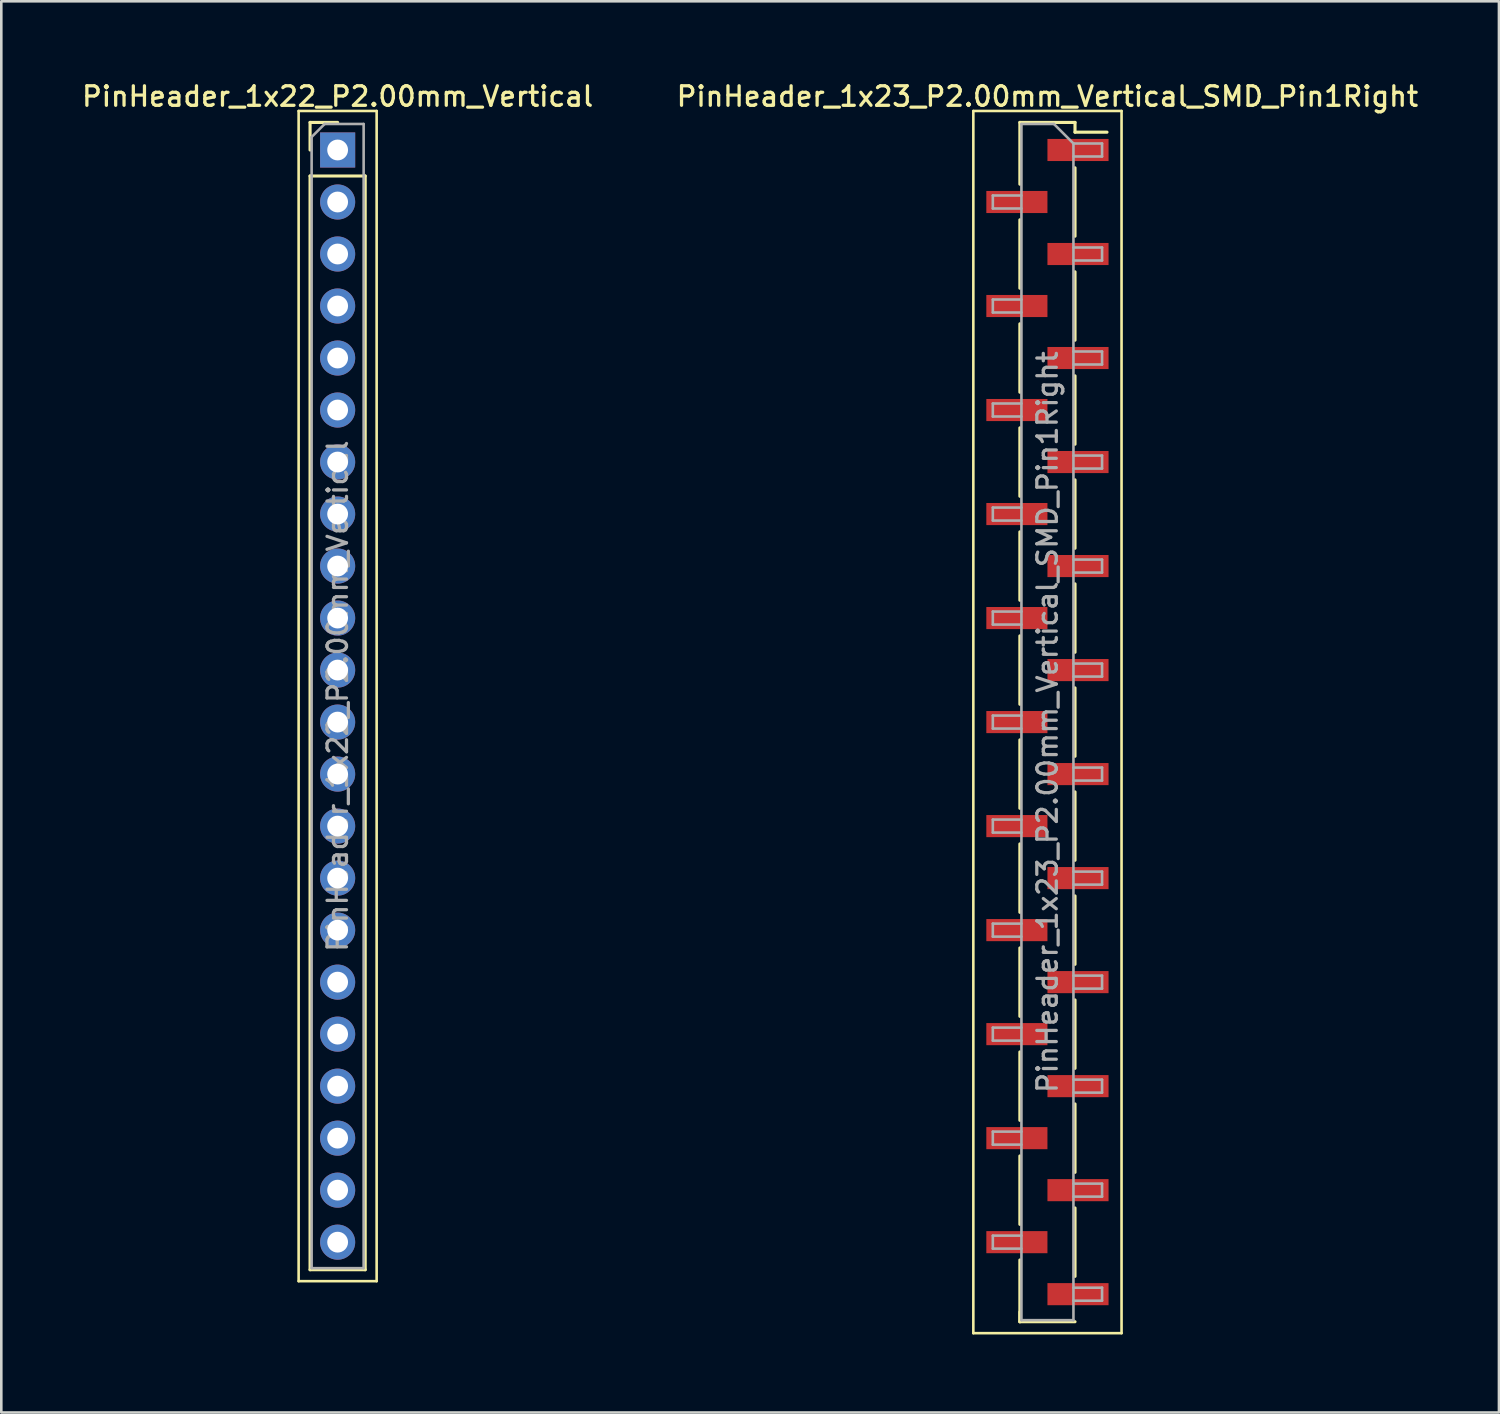
<source format=kicad_pcb>
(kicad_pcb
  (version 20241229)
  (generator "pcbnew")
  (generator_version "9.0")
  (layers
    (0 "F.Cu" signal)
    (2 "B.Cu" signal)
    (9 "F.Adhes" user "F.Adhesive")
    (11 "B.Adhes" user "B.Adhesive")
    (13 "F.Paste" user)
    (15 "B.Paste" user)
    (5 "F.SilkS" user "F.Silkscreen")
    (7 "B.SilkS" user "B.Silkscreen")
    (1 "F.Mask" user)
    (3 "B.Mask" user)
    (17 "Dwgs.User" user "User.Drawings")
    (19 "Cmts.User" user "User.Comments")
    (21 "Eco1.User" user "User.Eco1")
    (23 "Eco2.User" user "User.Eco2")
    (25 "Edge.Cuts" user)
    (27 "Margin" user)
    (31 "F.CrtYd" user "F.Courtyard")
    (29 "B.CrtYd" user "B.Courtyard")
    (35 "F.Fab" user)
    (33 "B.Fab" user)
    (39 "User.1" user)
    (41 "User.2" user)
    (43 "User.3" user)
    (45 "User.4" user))
  (footprint "PinHeader_1x22_P2.00mm_Vertical"
    (layer "F.Cu")
    (at 9.934 2.718)
    (property "Reference" "PinHeader_1x22_P2.00mm_Vertical" (at 0 -2.06 0) (layer "F.SilkS") (effects (font (size 0.75 0.75) (thickness 0.125))))
    (attr through_hole)
    (fp_line (start -1.5 -1.5) (end -1.5 43.5) (stroke (width 0.1) (type solid)) (layer "F.SilkS"))
    (fp_line (start -1.5 43.5) (end 1.5 43.5) (stroke (width 0.1) (type solid)) (layer "F.SilkS"))
    (fp_line (start -1.06 -1.06) (end 0 -1.06) (stroke (width 0.12) (type solid)) (layer "F.SilkS"))
    (fp_line (start -1.06 0) (end -1.06 -1.06) (stroke (width 0.12) (type solid)) (layer "F.SilkS"))
    (fp_line (start -1.06 1) (end -1.06 43.06) (stroke (width 0.12) (type solid)) (layer "F.SilkS"))
    (fp_line (start -1.06 1) (end 1.06 1) (stroke (width 0.12) (type solid)) (layer "F.SilkS"))
    (fp_line (start -1.06 43.06) (end 1.06 43.06) (stroke (width 0.12) (type solid)) (layer "F.SilkS"))
    (fp_line (start 1.06 1) (end 1.06 43.06) (stroke (width 0.12) (type solid)) (layer "F.SilkS"))
    (fp_line (start 1.5 -1.5) (end -1.5 -1.5) (stroke (width 0.1) (type solid)) (layer "F.SilkS"))
    (fp_line (start 1.5 43.5) (end 1.5 -1.5) (stroke (width 0.1) (type solid)) (layer "F.SilkS"))
    (fp_line (start -1 -0.5) (end -0.5 -1) (stroke (width 0.1) (type solid)) (layer "F.Fab"))
    (fp_line (start -1 43) (end -1 -0.5) (stroke (width 0.1) (type solid)) (layer "F.Fab"))
    (fp_line (start -0.5 -1) (end 1 -1) (stroke (width 0.1) (type solid)) (layer "F.Fab"))
    (fp_line (start 1 -1) (end 1 43) (stroke (width 0.1) (type solid)) (layer "F.Fab"))
    (fp_line (start 1 43) (end -1 43) (stroke (width 0.1) (type solid)) (layer "F.Fab"))
    (fp_text user "${REFERENCE}" (at 0 21 90) (layer "F.Fab") (effects (font (size 0.75 0.75) (thickness 0.125))))
    (pad "1" thru_hole rect (at 0 0) (size 1.35 1.35) (drill 0.8) (layers "*.Cu" "*.Mask"))
    (pad "2" thru_hole oval (at 0 2) (size 1.35 1.35) (drill 0.8) (layers "*.Cu" "*.Mask"))
    (pad "3" thru_hole oval (at 0 4) (size 1.35 1.35) (drill 0.8) (layers "*.Cu" "*.Mask"))
    (pad "4" thru_hole oval (at 0 6) (size 1.35 1.35) (drill 0.8) (layers "*.Cu" "*.Mask"))
    (pad "5" thru_hole oval (at 0 8) (size 1.35 1.35) (drill 0.8) (layers "*.Cu" "*.Mask"))
    (pad "6" thru_hole oval (at 0 10) (size 1.35 1.35) (drill 0.8) (layers "*.Cu" "*.Mask"))
    (pad "7" thru_hole oval (at 0 12) (size 1.35 1.35) (drill 0.8) (layers "*.Cu" "*.Mask"))
    (pad "8" thru_hole oval (at 0 14) (size 1.35 1.35) (drill 0.8) (layers "*.Cu" "*.Mask"))
    (pad "9" thru_hole oval (at 0 16) (size 1.35 1.35) (drill 0.8) (layers "*.Cu" "*.Mask"))
    (pad "10" thru_hole oval (at 0 18) (size 1.35 1.35) (drill 0.8) (layers "*.Cu" "*.Mask"))
    (pad "11" thru_hole oval (at 0 20) (size 1.35 1.35) (drill 0.8) (layers "*.Cu" "*.Mask"))
    (pad "12" thru_hole oval (at 0 22) (size 1.35 1.35) (drill 0.8) (layers "*.Cu" "*.Mask"))
    (pad "13" thru_hole oval (at 0 24) (size 1.35 1.35) (drill 0.8) (layers "*.Cu" "*.Mask"))
    (pad "14" thru_hole oval (at 0 26) (size 1.35 1.35) (drill 0.8) (layers "*.Cu" "*.Mask"))
    (pad "15" thru_hole oval (at 0 28) (size 1.35 1.35) (drill 0.8) (layers "*.Cu" "*.Mask"))
    (pad "16" thru_hole oval (at 0 30) (size 1.35 1.35) (drill 0.8) (layers "*.Cu" "*.Mask"))
    (pad "17" thru_hole oval (at 0 32) (size 1.35 1.35) (drill 0.8) (layers "*.Cu" "*.Mask"))
    (pad "18" thru_hole oval (at 0 34) (size 1.35 1.35) (drill 0.8) (layers "*.Cu" "*.Mask"))
    (pad "19" thru_hole oval (at 0 36) (size 1.35 1.35) (drill 0.8) (layers "*.Cu" "*.Mask"))
    (pad "20" thru_hole oval (at 0 38) (size 1.35 1.35) (drill 0.8) (layers "*.Cu" "*.Mask"))
    (pad "21" thru_hole oval (at 0 40) (size 1.35 1.35) (drill 0.8) (layers "*.Cu" "*.Mask"))
    (pad "22" thru_hole oval (at 0 42) (size 1.35 1.35) (drill 0.8) (layers "*.Cu" "*.Mask")))
  (footprint "PinHeader_1x23_P2.00mm_Vertical_SMD_Pin1Right"
    (layer "F.Cu")
    (at 37.23 24.718)
    (property "Reference" "PinHeader_1x23_P2.00mm_Vertical_SMD_Pin1Right" (at 0 -24.06 0) (layer "F.SilkS") (effects (font (size 0.75 0.75) (thickness 0.125))))
    (attr smd)
    (fp_line (start -2.85 -23.5) (end -2.85 23.5) (stroke (width 0.1) (type solid)) (layer "F.SilkS"))
    (fp_line (start -2.85 23.5) (end 2.85 23.5) (stroke (width 0.1) (type solid)) (layer "F.SilkS"))
    (fp_line (start -1.06 -23.06) (end -1.06 -20.685) (stroke (width 0.12) (type solid)) (layer "F.SilkS"))
    (fp_line (start -1.06 -23.06) (end 1.06 -23.06) (stroke (width 0.12) (type solid)) (layer "F.SilkS"))
    (fp_line (start -1.06 -19.315) (end -1.06 -16.685) (stroke (width 0.12) (type solid)) (layer "F.SilkS"))
    (fp_line (start -1.06 -15.315) (end -1.06 -12.685) (stroke (width 0.12) (type solid)) (layer "F.SilkS"))
    (fp_line (start -1.06 -11.315) (end -1.06 -8.685) (stroke (width 0.12) (type solid)) (layer "F.SilkS"))
    (fp_line (start -1.06 -7.315) (end -1.06 -4.685) (stroke (width 0.12) (type solid)) (layer "F.SilkS"))
    (fp_line (start -1.06 -3.315) (end -1.06 -0.685) (stroke (width 0.12) (type solid)) (layer "F.SilkS"))
    (fp_line (start -1.06 0.685) (end -1.06 3.315) (stroke (width 0.12) (type solid)) (layer "F.SilkS"))
    (fp_line (start -1.06 4.685) (end -1.06 7.315) (stroke (width 0.12) (type solid)) (layer "F.SilkS"))
    (fp_line (start -1.06 8.685) (end -1.06 11.315) (stroke (width 0.12) (type solid)) (layer "F.SilkS"))
    (fp_line (start -1.06 12.685) (end -1.06 15.315) (stroke (width 0.12) (type solid)) (layer "F.SilkS"))
    (fp_line (start -1.06 16.685) (end -1.06 19.315) (stroke (width 0.12) (type solid)) (layer "F.SilkS"))
    (fp_line (start -1.06 20.685) (end -1.06 23.06) (stroke (width 0.12) (type solid)) (layer "F.SilkS"))
    (fp_line (start -1.06 22.685) (end -1.06 23.06) (stroke (width 0.12) (type solid)) (layer "F.SilkS"))
    (fp_line (start -1.06 23.06) (end 1.06 23.06) (stroke (width 0.12) (type solid)) (layer "F.SilkS"))
    (fp_line (start 1.06 -23.06) (end 1.06 -22.685) (stroke (width 0.12) (type solid)) (layer "F.SilkS"))
    (fp_line (start 1.06 -22.685) (end 2.29 -22.685) (stroke (width 0.12) (type solid)) (layer "F.SilkS"))
    (fp_line (start 1.06 -21.315) (end 1.06 -18.685) (stroke (width 0.12) (type solid)) (layer "F.SilkS"))
    (fp_line (start 1.06 -17.315) (end 1.06 -14.685) (stroke (width 0.12) (type solid)) (layer "F.SilkS"))
    (fp_line (start 1.06 -13.315) (end 1.06 -10.685) (stroke (width 0.12) (type solid)) (layer "F.SilkS"))
    (fp_line (start 1.06 -9.315) (end 1.06 -6.685) (stroke (width 0.12) (type solid)) (layer "F.SilkS"))
    (fp_line (start 1.06 -5.315) (end 1.06 -2.685) (stroke (width 0.12) (type solid)) (layer "F.SilkS"))
    (fp_line (start 1.06 -1.315) (end 1.06 1.315) (stroke (width 0.12) (type solid)) (layer "F.SilkS"))
    (fp_line (start 1.06 2.685) (end 1.06 5.315) (stroke (width 0.12) (type solid)) (layer "F.SilkS"))
    (fp_line (start 1.06 6.685) (end 1.06 9.315) (stroke (width 0.12) (type solid)) (layer "F.SilkS"))
    (fp_line (start 1.06 10.685) (end 1.06 13.315) (stroke (width 0.12) (type solid)) (layer "F.SilkS"))
    (fp_line (start 1.06 14.685) (end 1.06 17.315) (stroke (width 0.12) (type solid)) (layer "F.SilkS"))
    (fp_line (start 1.06 18.685) (end 1.06 21.315) (stroke (width 0.12) (type solid)) (layer "F.SilkS"))
    (fp_line (start 2.85 -23.5) (end -2.85 -23.5) (stroke (width 0.1) (type solid)) (layer "F.SilkS"))
    (fp_line (start 2.85 23.5) (end 2.85 -23.5) (stroke (width 0.1) (type solid)) (layer "F.SilkS"))
    (fp_line (start -2.1 -20.25) (end -2.1 -19.75) (stroke (width 0.1) (type solid)) (layer "F.Fab"))
    (fp_line (start -2.1 -19.75) (end -1 -19.75) (stroke (width 0.1) (type solid)) (layer "F.Fab"))
    (fp_line (start -2.1 -16.25) (end -2.1 -15.75) (stroke (width 0.1) (type solid)) (layer "F.Fab"))
    (fp_line (start -2.1 -15.75) (end -1 -15.75) (stroke (width 0.1) (type solid)) (layer "F.Fab"))
    (fp_line (start -2.1 -12.25) (end -2.1 -11.75) (stroke (width 0.1) (type solid)) (layer "F.Fab"))
    (fp_line (start -2.1 -11.75) (end -1 -11.75) (stroke (width 0.1) (type solid)) (layer "F.Fab"))
    (fp_line (start -2.1 -8.25) (end -2.1 -7.75) (stroke (width 0.1) (type solid)) (layer "F.Fab"))
    (fp_line (start -2.1 -7.75) (end -1 -7.75) (stroke (width 0.1) (type solid)) (layer "F.Fab"))
    (fp_line (start -2.1 -4.25) (end -2.1 -3.75) (stroke (width 0.1) (type solid)) (layer "F.Fab"))
    (fp_line (start -2.1 -3.75) (end -1 -3.75) (stroke (width 0.1) (type solid)) (layer "F.Fab"))
    (fp_line (start -2.1 -0.25) (end -2.1 0.25) (stroke (width 0.1) (type solid)) (layer "F.Fab"))
    (fp_line (start -2.1 0.25) (end -1 0.25) (stroke (width 0.1) (type solid)) (layer "F.Fab"))
    (fp_line (start -2.1 3.75) (end -2.1 4.25) (stroke (width 0.1) (type solid)) (layer "F.Fab"))
    (fp_line (start -2.1 4.25) (end -1 4.25) (stroke (width 0.1) (type solid)) (layer "F.Fab"))
    (fp_line (start -2.1 7.75) (end -2.1 8.25) (stroke (width 0.1) (type solid)) (layer "F.Fab"))
    (fp_line (start -2.1 8.25) (end -1 8.25) (stroke (width 0.1) (type solid)) (layer "F.Fab"))
    (fp_line (start -2.1 11.75) (end -2.1 12.25) (stroke (width 0.1) (type solid)) (layer "F.Fab"))
    (fp_line (start -2.1 12.25) (end -1 12.25) (stroke (width 0.1) (type solid)) (layer "F.Fab"))
    (fp_line (start -2.1 15.75) (end -2.1 16.25) (stroke (width 0.1) (type solid)) (layer "F.Fab"))
    (fp_line (start -2.1 16.25) (end -1 16.25) (stroke (width 0.1) (type solid)) (layer "F.Fab"))
    (fp_line (start -2.1 19.75) (end -2.1 20.25) (stroke (width 0.1) (type solid)) (layer "F.Fab"))
    (fp_line (start -2.1 20.25) (end -1 20.25) (stroke (width 0.1) (type solid)) (layer "F.Fab"))
    (fp_line (start -1 -23) (end -1 23) (stroke (width 0.1) (type solid)) (layer "F.Fab"))
    (fp_line (start -1 -23) (end 0.25 -23) (stroke (width 0.1) (type solid)) (layer "F.Fab"))
    (fp_line (start -1 -20.25) (end -2.1 -20.25) (stroke (width 0.1) (type solid)) (layer "F.Fab"))
    (fp_line (start -1 -16.25) (end -2.1 -16.25) (stroke (width 0.1) (type solid)) (layer "F.Fab"))
    (fp_line (start -1 -12.25) (end -2.1 -12.25) (stroke (width 0.1) (type solid)) (layer "F.Fab"))
    (fp_line (start -1 -8.25) (end -2.1 -8.25) (stroke (width 0.1) (type solid)) (layer "F.Fab"))
    (fp_line (start -1 -4.25) (end -2.1 -4.25) (stroke (width 0.1) (type solid)) (layer "F.Fab"))
    (fp_line (start -1 -0.25) (end -2.1 -0.25) (stroke (width 0.1) (type solid)) (layer "F.Fab"))
    (fp_line (start -1 3.75) (end -2.1 3.75) (stroke (width 0.1) (type solid)) (layer "F.Fab"))
    (fp_line (start -1 7.75) (end -2.1 7.75) (stroke (width 0.1) (type solid)) (layer "F.Fab"))
    (fp_line (start -1 11.75) (end -2.1 11.75) (stroke (width 0.1) (type solid)) (layer "F.Fab"))
    (fp_line (start -1 15.75) (end -2.1 15.75) (stroke (width 0.1) (type solid)) (layer "F.Fab"))
    (fp_line (start -1 19.75) (end -2.1 19.75) (stroke (width 0.1) (type solid)) (layer "F.Fab"))
    (fp_line (start 1 -22.25) (end 0.25 -23) (stroke (width 0.1) (type solid)) (layer "F.Fab"))
    (fp_line (start 1 -22.25) (end 2.1 -22.25) (stroke (width 0.1) (type solid)) (layer "F.Fab"))
    (fp_line (start 1 -18.25) (end 2.1 -18.25) (stroke (width 0.1) (type solid)) (layer "F.Fab"))
    (fp_line (start 1 -14.25) (end 2.1 -14.25) (stroke (width 0.1) (type solid)) (layer "F.Fab"))
    (fp_line (start 1 -10.25) (end 2.1 -10.25) (stroke (width 0.1) (type solid)) (layer "F.Fab"))
    (fp_line (start 1 -6.25) (end 2.1 -6.25) (stroke (width 0.1) (type solid)) (layer "F.Fab"))
    (fp_line (start 1 -2.25) (end 2.1 -2.25) (stroke (width 0.1) (type solid)) (layer "F.Fab"))
    (fp_line (start 1 1.75) (end 2.1 1.75) (stroke (width 0.1) (type solid)) (layer "F.Fab"))
    (fp_line (start 1 5.75) (end 2.1 5.75) (stroke (width 0.1) (type solid)) (layer "F.Fab"))
    (fp_line (start 1 9.75) (end 2.1 9.75) (stroke (width 0.1) (type solid)) (layer "F.Fab"))
    (fp_line (start 1 13.75) (end 2.1 13.75) (stroke (width 0.1) (type solid)) (layer "F.Fab"))
    (fp_line (start 1 17.75) (end 2.1 17.75) (stroke (width 0.1) (type solid)) (layer "F.Fab"))
    (fp_line (start 1 21.75) (end 2.1 21.75) (stroke (width 0.1) (type solid)) (layer "F.Fab"))
    (fp_line (start 1 23) (end -1 23) (stroke (width 0.1) (type solid)) (layer "F.Fab"))
    (fp_line (start 1 23) (end 1 -22.25) (stroke (width 0.1) (type solid)) (layer "F.Fab"))
    (fp_line (start 2.1 -22.25) (end 2.1 -21.75) (stroke (width 0.1) (type solid)) (layer "F.Fab"))
    (fp_line (start 2.1 -21.75) (end 1 -21.75) (stroke (width 0.1) (type solid)) (layer "F.Fab"))
    (fp_line (start 2.1 -18.25) (end 2.1 -17.75) (stroke (width 0.1) (type solid)) (layer "F.Fab"))
    (fp_line (start 2.1 -17.75) (end 1 -17.75) (stroke (width 0.1) (type solid)) (layer "F.Fab"))
    (fp_line (start 2.1 -14.25) (end 2.1 -13.75) (stroke (width 0.1) (type solid)) (layer "F.Fab"))
    (fp_line (start 2.1 -13.75) (end 1 -13.75) (stroke (width 0.1) (type solid)) (layer "F.Fab"))
    (fp_line (start 2.1 -10.25) (end 2.1 -9.75) (stroke (width 0.1) (type solid)) (layer "F.Fab"))
    (fp_line (start 2.1 -9.75) (end 1 -9.75) (stroke (width 0.1) (type solid)) (layer "F.Fab"))
    (fp_line (start 2.1 -6.25) (end 2.1 -5.75) (stroke (width 0.1) (type solid)) (layer "F.Fab"))
    (fp_line (start 2.1 -5.75) (end 1 -5.75) (stroke (width 0.1) (type solid)) (layer "F.Fab"))
    (fp_line (start 2.1 -2.25) (end 2.1 -1.75) (stroke (width 0.1) (type solid)) (layer "F.Fab"))
    (fp_line (start 2.1 -1.75) (end 1 -1.75) (stroke (width 0.1) (type solid)) (layer "F.Fab"))
    (fp_line (start 2.1 1.75) (end 2.1 2.25) (stroke (width 0.1) (type solid)) (layer "F.Fab"))
    (fp_line (start 2.1 2.25) (end 1 2.25) (stroke (width 0.1) (type solid)) (layer "F.Fab"))
    (fp_line (start 2.1 5.75) (end 2.1 6.25) (stroke (width 0.1) (type solid)) (layer "F.Fab"))
    (fp_line (start 2.1 6.25) (end 1 6.25) (stroke (width 0.1) (type solid)) (layer "F.Fab"))
    (fp_line (start 2.1 9.75) (end 2.1 10.25) (stroke (width 0.1) (type solid)) (layer "F.Fab"))
    (fp_line (start 2.1 10.25) (end 1 10.25) (stroke (width 0.1) (type solid)) (layer "F.Fab"))
    (fp_line (start 2.1 13.75) (end 2.1 14.25) (stroke (width 0.1) (type solid)) (layer "F.Fab"))
    (fp_line (start 2.1 14.25) (end 1 14.25) (stroke (width 0.1) (type solid)) (layer "F.Fab"))
    (fp_line (start 2.1 17.75) (end 2.1 18.25) (stroke (width 0.1) (type solid)) (layer "F.Fab"))
    (fp_line (start 2.1 18.25) (end 1 18.25) (stroke (width 0.1) (type solid)) (layer "F.Fab"))
    (fp_line (start 2.1 21.75) (end 2.1 22.25) (stroke (width 0.1) (type solid)) (layer "F.Fab"))
    (fp_line (start 2.1 22.25) (end 1 22.25) (stroke (width 0.1) (type solid)) (layer "F.Fab"))
    (fp_text user "${REFERENCE}" (at 0 0 90) (layer "F.Fab") (effects (font (size 0.75 0.75) (thickness 0.125))))
    (pad "1" smd rect (at 1.175 -22) (size 2.35 0.85) (layers "F.Cu" "F.Mask" "F.Paste"))
    (pad "2" smd rect (at -1.175 -20) (size 2.35 0.85) (layers "F.Cu" "F.Mask" "F.Paste"))
    (pad "3" smd rect (at 1.175 -18) (size 2.35 0.85) (layers "F.Cu" "F.Mask" "F.Paste"))
    (pad "4" smd rect (at -1.175 -16) (size 2.35 0.85) (layers "F.Cu" "F.Mask" "F.Paste"))
    (pad "5" smd rect (at 1.175 -14) (size 2.35 0.85) (layers "F.Cu" "F.Mask" "F.Paste"))
    (pad "6" smd rect (at -1.175 -12) (size 2.35 0.85) (layers "F.Cu" "F.Mask" "F.Paste"))
    (pad "7" smd rect (at 1.175 -10) (size 2.35 0.85) (layers "F.Cu" "F.Mask" "F.Paste"))
    (pad "8" smd rect (at -1.175 -8) (size 2.35 0.85) (layers "F.Cu" "F.Mask" "F.Paste"))
    (pad "9" smd rect (at 1.175 -6) (size 2.35 0.85) (layers "F.Cu" "F.Mask" "F.Paste"))
    (pad "10" smd rect (at -1.175 -4) (size 2.35 0.85) (layers "F.Cu" "F.Mask" "F.Paste"))
    (pad "11" smd rect (at 1.175 -2) (size 2.35 0.85) (layers "F.Cu" "F.Mask" "F.Paste"))
    (pad "12" smd rect (at -1.175 0) (size 2.35 0.85) (layers "F.Cu" "F.Mask" "F.Paste"))
    (pad "13" smd rect (at 1.175 2) (size 2.35 0.85) (layers "F.Cu" "F.Mask" "F.Paste"))
    (pad "14" smd rect (at -1.175 4) (size 2.35 0.85) (layers "F.Cu" "F.Mask" "F.Paste"))
    (pad "15" smd rect (at 1.175 6) (size 2.35 0.85) (layers "F.Cu" "F.Mask" "F.Paste"))
    (pad "16" smd rect (at -1.175 8) (size 2.35 0.85) (layers "F.Cu" "F.Mask" "F.Paste"))
    (pad "17" smd rect (at 1.175 10) (size 2.35 0.85) (layers "F.Cu" "F.Mask" "F.Paste"))
    (pad "18" smd rect (at -1.175 12) (size 2.35 0.85) (layers "F.Cu" "F.Mask" "F.Paste"))
    (pad "19" smd rect (at 1.175 14) (size 2.35 0.85) (layers "F.Cu" "F.Mask" "F.Paste"))
    (pad "20" smd rect (at -1.175 16) (size 2.35 0.85) (layers "F.Cu" "F.Mask" "F.Paste"))
    (pad "21" smd rect (at 1.175 18) (size 2.35 0.85) (layers "F.Cu" "F.Mask" "F.Paste"))
    (pad "22" smd rect (at -1.175 20) (size 2.35 0.85) (layers "F.Cu" "F.Mask" "F.Paste"))
    (pad "23" smd rect (at 1.175 22) (size 2.35 0.85) (layers "F.Cu" "F.Mask" "F.Paste")))
  (gr_rect
    (start -3 -3)
    (end 54.593 51.268)
    (stroke (width 0.1) (type default))
    (fill no)
    (layer "Edge.Cuts")))
</source>
